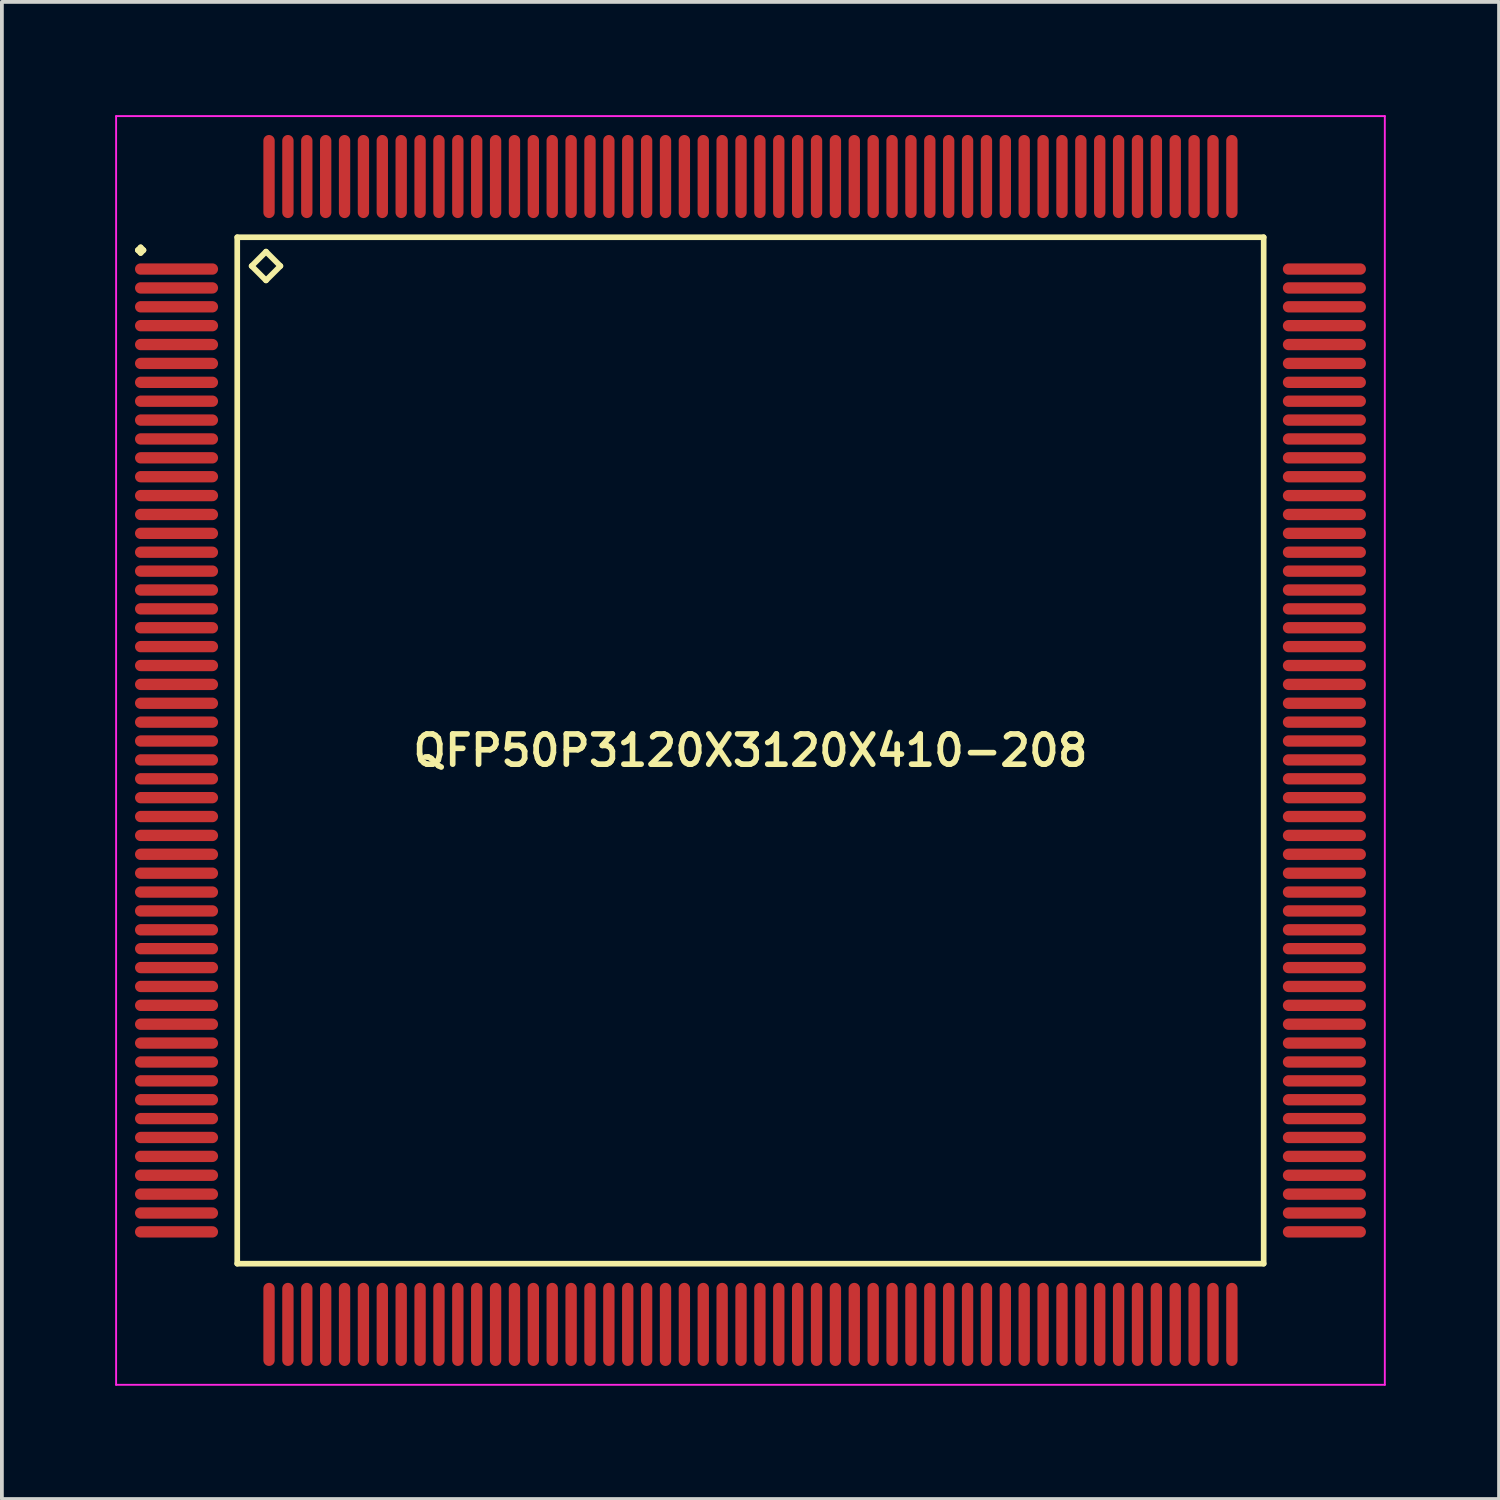
<source format=kicad_pcb>
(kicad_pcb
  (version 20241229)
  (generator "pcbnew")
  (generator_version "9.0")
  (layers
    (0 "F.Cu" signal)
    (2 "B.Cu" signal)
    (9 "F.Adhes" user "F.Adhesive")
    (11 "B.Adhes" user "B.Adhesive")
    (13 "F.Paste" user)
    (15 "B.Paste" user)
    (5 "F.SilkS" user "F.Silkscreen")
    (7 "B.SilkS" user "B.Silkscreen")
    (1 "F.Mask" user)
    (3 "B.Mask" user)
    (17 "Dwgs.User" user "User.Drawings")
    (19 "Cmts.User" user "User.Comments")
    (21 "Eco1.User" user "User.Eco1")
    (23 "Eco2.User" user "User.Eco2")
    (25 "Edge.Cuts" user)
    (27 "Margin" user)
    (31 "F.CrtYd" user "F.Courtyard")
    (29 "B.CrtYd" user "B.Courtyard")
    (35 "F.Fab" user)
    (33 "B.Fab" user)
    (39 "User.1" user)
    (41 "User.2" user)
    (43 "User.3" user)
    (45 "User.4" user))
  (footprint "QFP50P3120X3120X410-208"
    (layer "F.Cu")
    (at 16.825 16.825)
    (property "Reference" "QFP50P3120X3120X410-208" (at 0 0 0) (layer "F.SilkS") (effects (font (size 0.8 0.8) (thickness 0.15))))
    (attr smd)
    (fp_line (start -16.225 -13.25) (end -16.15 -13.325) (stroke (width 0.15) (type solid)) (layer "F.SilkS"))
    (fp_line (start -16.15 -13.325) (end -16.075 -13.25) (stroke (width 0.15) (type solid)) (layer "F.SilkS"))
    (fp_line (start -16.15 -13.175) (end -16.225 -13.25) (stroke (width 0.15) (type solid)) (layer "F.SilkS"))
    (fp_line (start -16.075 -13.25) (end -16.15 -13.175) (stroke (width 0.15) (type solid)) (layer "F.SilkS"))
    (fp_line (start -13.592 -13.592) (end -13.592 13.592) (stroke (width 0.15) (type solid)) (layer "F.SilkS"))
    (fp_line (start -13.592 13.592) (end 13.592 13.592) (stroke (width 0.15) (type solid)) (layer "F.SilkS"))
    (fp_line (start -13.211 -12.83) (end -12.83 -13.211) (stroke (width 0.15) (type solid)) (layer "F.SilkS"))
    (fp_line (start -12.83 -13.211) (end -12.449 -12.83) (stroke (width 0.15) (type solid)) (layer "F.SilkS"))
    (fp_line (start -12.83 -12.449) (end -13.211 -12.83) (stroke (width 0.15) (type solid)) (layer "F.SilkS"))
    (fp_line (start -12.449 -12.83) (end -12.83 -12.449) (stroke (width 0.15) (type solid)) (layer "F.SilkS"))
    (fp_line (start 13.592 -13.592) (end -13.592 -13.592) (stroke (width 0.15) (type solid)) (layer "F.SilkS"))
    (fp_line (start 13.592 13.592) (end 13.592 -13.592) (stroke (width 0.15) (type solid)) (layer "F.SilkS"))
    (fp_line (start -16.8 -16.8) (end 16.8 -16.8) (stroke (width 0.05) (type solid)) (layer "F.CrtYd"))
    (fp_line (start -16.8 16.8) (end -16.8 -16.8) (stroke (width 0.05) (type solid)) (layer "F.CrtYd"))
    (fp_line (start 16.8 -16.8) (end 16.8 16.8) (stroke (width 0.05) (type solid)) (layer "F.CrtYd"))
    (fp_line (start 16.8 16.8) (end -16.8 16.8) (stroke (width 0.05) (type solid)) (layer "F.CrtYd"))
    (pad "1" smd oval (at -15.2 -12.75) (size 2.2 0.3) (layers "F.Cu" "F.Mask" "F.Paste"))
    (pad "2" smd oval (at -15.2 -12.25) (size 2.2 0.3) (layers "F.Cu" "F.Mask" "F.Paste"))
    (pad "3" smd oval (at -15.2 -11.75) (size 2.2 0.3) (layers "F.Cu" "F.Mask" "F.Paste"))
    (pad "4" smd oval (at -15.2 -11.25) (size 2.2 0.3) (layers "F.Cu" "F.Mask" "F.Paste"))
    (pad "5" smd oval (at -15.2 -10.75) (size 2.2 0.3) (layers "F.Cu" "F.Mask" "F.Paste"))
    (pad "6" smd oval (at -15.2 -10.25) (size 2.2 0.3) (layers "F.Cu" "F.Mask" "F.Paste"))
    (pad "7" smd oval (at -15.2 -9.75) (size 2.2 0.3) (layers "F.Cu" "F.Mask" "F.Paste"))
    (pad "8" smd oval (at -15.2 -9.25) (size 2.2 0.3) (layers "F.Cu" "F.Mask" "F.Paste"))
    (pad "9" smd oval (at -15.2 -8.75) (size 2.2 0.3) (layers "F.Cu" "F.Mask" "F.Paste"))
    (pad "10" smd oval (at -15.2 -8.25) (size 2.2 0.3) (layers "F.Cu" "F.Mask" "F.Paste"))
    (pad "11" smd oval (at -15.2 -7.75) (size 2.2 0.3) (layers "F.Cu" "F.Mask" "F.Paste"))
    (pad "12" smd oval (at -15.2 -7.25) (size 2.2 0.3) (layers "F.Cu" "F.Mask" "F.Paste"))
    (pad "13" smd oval (at -15.2 -6.75) (size 2.2 0.3) (layers "F.Cu" "F.Mask" "F.Paste"))
    (pad "14" smd oval (at -15.2 -6.25) (size 2.2 0.3) (layers "F.Cu" "F.Mask" "F.Paste"))
    (pad "15" smd oval (at -15.2 -5.75) (size 2.2 0.3) (layers "F.Cu" "F.Mask" "F.Paste"))
    (pad "16" smd oval (at -15.2 -5.25) (size 2.2 0.3) (layers "F.Cu" "F.Mask" "F.Paste"))
    (pad "17" smd oval (at -15.2 -4.75) (size 2.2 0.3) (layers "F.Cu" "F.Mask" "F.Paste"))
    (pad "18" smd oval (at -15.2 -4.25) (size 2.2 0.3) (layers "F.Cu" "F.Mask" "F.Paste"))
    (pad "19" smd oval (at -15.2 -3.75) (size 2.2 0.3) (layers "F.Cu" "F.Mask" "F.Paste"))
    (pad "20" smd oval (at -15.2 -3.25) (size 2.2 0.3) (layers "F.Cu" "F.Mask" "F.Paste"))
    (pad "21" smd oval (at -15.2 -2.75) (size 2.2 0.3) (layers "F.Cu" "F.Mask" "F.Paste"))
    (pad "22" smd oval (at -15.2 -2.25) (size 2.2 0.3) (layers "F.Cu" "F.Mask" "F.Paste"))
    (pad "23" smd oval (at -15.2 -1.75) (size 2.2 0.3) (layers "F.Cu" "F.Mask" "F.Paste"))
    (pad "24" smd oval (at -15.2 -1.25) (size 2.2 0.3) (layers "F.Cu" "F.Mask" "F.Paste"))
    (pad "25" smd oval (at -15.2 -0.75) (size 2.2 0.3) (layers "F.Cu" "F.Mask" "F.Paste"))
    (pad "26" smd oval (at -15.2 -0.25) (size 2.2 0.3) (layers "F.Cu" "F.Mask" "F.Paste"))
    (pad "27" smd oval (at -15.2 0.25) (size 2.2 0.3) (layers "F.Cu" "F.Mask" "F.Paste"))
    (pad "28" smd oval (at -15.2 0.75) (size 2.2 0.3) (layers "F.Cu" "F.Mask" "F.Paste"))
    (pad "29" smd oval (at -15.2 1.25) (size 2.2 0.3) (layers "F.Cu" "F.Mask" "F.Paste"))
    (pad "30" smd oval (at -15.2 1.75) (size 2.2 0.3) (layers "F.Cu" "F.Mask" "F.Paste"))
    (pad "31" smd oval (at -15.2 2.25) (size 2.2 0.3) (layers "F.Cu" "F.Mask" "F.Paste"))
    (pad "32" smd oval (at -15.2 2.75) (size 2.2 0.3) (layers "F.Cu" "F.Mask" "F.Paste"))
    (pad "33" smd oval (at -15.2 3.25) (size 2.2 0.3) (layers "F.Cu" "F.Mask" "F.Paste"))
    (pad "34" smd oval (at -15.2 3.75) (size 2.2 0.3) (layers "F.Cu" "F.Mask" "F.Paste"))
    (pad "35" smd oval (at -15.2 4.25) (size 2.2 0.3) (layers "F.Cu" "F.Mask" "F.Paste"))
    (pad "36" smd oval (at -15.2 4.75) (size 2.2 0.3) (layers "F.Cu" "F.Mask" "F.Paste"))
    (pad "37" smd oval (at -15.2 5.25) (size 2.2 0.3) (layers "F.Cu" "F.Mask" "F.Paste"))
    (pad "38" smd oval (at -15.2 5.75) (size 2.2 0.3) (layers "F.Cu" "F.Mask" "F.Paste"))
    (pad "39" smd oval (at -15.2 6.25) (size 2.2 0.3) (layers "F.Cu" "F.Mask" "F.Paste"))
    (pad "40" smd oval (at -15.2 6.75) (size 2.2 0.3) (layers "F.Cu" "F.Mask" "F.Paste"))
    (pad "41" smd oval (at -15.2 7.25) (size 2.2 0.3) (layers "F.Cu" "F.Mask" "F.Paste"))
    (pad "42" smd oval (at -15.2 7.75) (size 2.2 0.3) (layers "F.Cu" "F.Mask" "F.Paste"))
    (pad "43" smd oval (at -15.2 8.25) (size 2.2 0.3) (layers "F.Cu" "F.Mask" "F.Paste"))
    (pad "44" smd oval (at -15.2 8.75) (size 2.2 0.3) (layers "F.Cu" "F.Mask" "F.Paste"))
    (pad "45" smd oval (at -15.2 9.25) (size 2.2 0.3) (layers "F.Cu" "F.Mask" "F.Paste"))
    (pad "46" smd oval (at -15.2 9.75) (size 2.2 0.3) (layers "F.Cu" "F.Mask" "F.Paste"))
    (pad "47" smd oval (at -15.2 10.25) (size 2.2 0.3) (layers "F.Cu" "F.Mask" "F.Paste"))
    (pad "48" smd oval (at -15.2 10.75) (size 2.2 0.3) (layers "F.Cu" "F.Mask" "F.Paste"))
    (pad "49" smd oval (at -15.2 11.25) (size 2.2 0.3) (layers "F.Cu" "F.Mask" "F.Paste"))
    (pad "50" smd oval (at -15.2 11.75) (size 2.2 0.3) (layers "F.Cu" "F.Mask" "F.Paste"))
    (pad "51" smd oval (at -15.2 12.25) (size 2.2 0.3) (layers "F.Cu" "F.Mask" "F.Paste"))
    (pad "52" smd oval (at -15.2 12.75) (size 2.2 0.3) (layers "F.Cu" "F.Mask" "F.Paste"))
    (pad "53" smd oval (at -12.75 15.2) (size 0.3 2.2) (layers "F.Cu" "F.Mask" "F.Paste"))
    (pad "54" smd oval (at -12.25 15.2) (size 0.3 2.2) (layers "F.Cu" "F.Mask" "F.Paste"))
    (pad "55" smd oval (at -11.75 15.2) (size 0.3 2.2) (layers "F.Cu" "F.Mask" "F.Paste"))
    (pad "56" smd oval (at -11.25 15.2) (size 0.3 2.2) (layers "F.Cu" "F.Mask" "F.Paste"))
    (pad "57" smd oval (at -10.75 15.2) (size 0.3 2.2) (layers "F.Cu" "F.Mask" "F.Paste"))
    (pad "58" smd oval (at -10.25 15.2) (size 0.3 2.2) (layers "F.Cu" "F.Mask" "F.Paste"))
    (pad "59" smd oval (at -9.75 15.2) (size 0.3 2.2) (layers "F.Cu" "F.Mask" "F.Paste"))
    (pad "60" smd oval (at -9.25 15.2) (size 0.3 2.2) (layers "F.Cu" "F.Mask" "F.Paste"))
    (pad "61" smd oval (at -8.75 15.2) (size 0.3 2.2) (layers "F.Cu" "F.Mask" "F.Paste"))
    (pad "62" smd oval (at -8.25 15.2) (size 0.3 2.2) (layers "F.Cu" "F.Mask" "F.Paste"))
    (pad "63" smd oval (at -7.75 15.2) (size 0.3 2.2) (layers "F.Cu" "F.Mask" "F.Paste"))
    (pad "64" smd oval (at -7.25 15.2) (size 0.3 2.2) (layers "F.Cu" "F.Mask" "F.Paste"))
    (pad "65" smd oval (at -6.75 15.2) (size 0.3 2.2) (layers "F.Cu" "F.Mask" "F.Paste"))
    (pad "66" smd oval (at -6.25 15.2) (size 0.3 2.2) (layers "F.Cu" "F.Mask" "F.Paste"))
    (pad "67" smd oval (at -5.75 15.2) (size 0.3 2.2) (layers "F.Cu" "F.Mask" "F.Paste"))
    (pad "68" smd oval (at -5.25 15.2) (size 0.3 2.2) (layers "F.Cu" "F.Mask" "F.Paste"))
    (pad "69" smd oval (at -4.75 15.2) (size 0.3 2.2) (layers "F.Cu" "F.Mask" "F.Paste"))
    (pad "70" smd oval (at -4.25 15.2) (size 0.3 2.2) (layers "F.Cu" "F.Mask" "F.Paste"))
    (pad "71" smd oval (at -3.75 15.2) (size 0.3 2.2) (layers "F.Cu" "F.Mask" "F.Paste"))
    (pad "72" smd oval (at -3.25 15.2) (size 0.3 2.2) (layers "F.Cu" "F.Mask" "F.Paste"))
    (pad "73" smd oval (at -2.75 15.2) (size 0.3 2.2) (layers "F.Cu" "F.Mask" "F.Paste"))
    (pad "74" smd oval (at -2.25 15.2) (size 0.3 2.2) (layers "F.Cu" "F.Mask" "F.Paste"))
    (pad "75" smd oval (at -1.75 15.2) (size 0.3 2.2) (layers "F.Cu" "F.Mask" "F.Paste"))
    (pad "76" smd oval (at -1.25 15.2) (size 0.3 2.2) (layers "F.Cu" "F.Mask" "F.Paste"))
    (pad "77" smd oval (at -0.75 15.2) (size 0.3 2.2) (layers "F.Cu" "F.Mask" "F.Paste"))
    (pad "78" smd oval (at -0.25 15.2) (size 0.3 2.2) (layers "F.Cu" "F.Mask" "F.Paste"))
    (pad "79" smd oval (at 0.25 15.2) (size 0.3 2.2) (layers "F.Cu" "F.Mask" "F.Paste"))
    (pad "80" smd oval (at 0.75 15.2) (size 0.3 2.2) (layers "F.Cu" "F.Mask" "F.Paste"))
    (pad "81" smd oval (at 1.25 15.2) (size 0.3 2.2) (layers "F.Cu" "F.Mask" "F.Paste"))
    (pad "82" smd oval (at 1.75 15.2) (size 0.3 2.2) (layers "F.Cu" "F.Mask" "F.Paste"))
    (pad "83" smd oval (at 2.25 15.2) (size 0.3 2.2) (layers "F.Cu" "F.Mask" "F.Paste"))
    (pad "84" smd oval (at 2.75 15.2) (size 0.3 2.2) (layers "F.Cu" "F.Mask" "F.Paste"))
    (pad "85" smd oval (at 3.25 15.2) (size 0.3 2.2) (layers "F.Cu" "F.Mask" "F.Paste"))
    (pad "86" smd oval (at 3.75 15.2) (size 0.3 2.2) (layers "F.Cu" "F.Mask" "F.Paste"))
    (pad "87" smd oval (at 4.25 15.2) (size 0.3 2.2) (layers "F.Cu" "F.Mask" "F.Paste"))
    (pad "88" smd oval (at 4.75 15.2) (size 0.3 2.2) (layers "F.Cu" "F.Mask" "F.Paste"))
    (pad "89" smd oval (at 5.25 15.2) (size 0.3 2.2) (layers "F.Cu" "F.Mask" "F.Paste"))
    (pad "90" smd oval (at 5.75 15.2) (size 0.3 2.2) (layers "F.Cu" "F.Mask" "F.Paste"))
    (pad "91" smd oval (at 6.25 15.2) (size 0.3 2.2) (layers "F.Cu" "F.Mask" "F.Paste"))
    (pad "92" smd oval (at 6.75 15.2) (size 0.3 2.2) (layers "F.Cu" "F.Mask" "F.Paste"))
    (pad "93" smd oval (at 7.25 15.2) (size 0.3 2.2) (layers "F.Cu" "F.Mask" "F.Paste"))
    (pad "94" smd oval (at 7.75 15.2) (size 0.3 2.2) (layers "F.Cu" "F.Mask" "F.Paste"))
    (pad "95" smd oval (at 8.25 15.2) (size 0.3 2.2) (layers "F.Cu" "F.Mask" "F.Paste"))
    (pad "96" smd oval (at 8.75 15.2) (size 0.3 2.2) (layers "F.Cu" "F.Mask" "F.Paste"))
    (pad "97" smd oval (at 9.25 15.2) (size 0.3 2.2) (layers "F.Cu" "F.Mask" "F.Paste"))
    (pad "98" smd oval (at 9.75 15.2) (size 0.3 2.2) (layers "F.Cu" "F.Mask" "F.Paste"))
    (pad "99" smd oval (at 10.25 15.2) (size 0.3 2.2) (layers "F.Cu" "F.Mask" "F.Paste"))
    (pad "100" smd oval (at 10.75 15.2) (size 0.3 2.2) (layers "F.Cu" "F.Mask" "F.Paste"))
    (pad "101" smd oval (at 11.25 15.2) (size 0.3 2.2) (layers "F.Cu" "F.Mask" "F.Paste"))
    (pad "102" smd oval (at 11.75 15.2) (size 0.3 2.2) (layers "F.Cu" "F.Mask" "F.Paste"))
    (pad "103" smd oval (at 12.25 15.2) (size 0.3 2.2) (layers "F.Cu" "F.Mask" "F.Paste"))
    (pad "104" smd oval (at 12.75 15.2) (size 0.3 2.2) (layers "F.Cu" "F.Mask" "F.Paste"))
    (pad "105" smd oval (at 15.2 12.75) (size 2.2 0.3) (layers "F.Cu" "F.Mask" "F.Paste"))
    (pad "106" smd oval (at 15.2 12.25) (size 2.2 0.3) (layers "F.Cu" "F.Mask" "F.Paste"))
    (pad "107" smd oval (at 15.2 11.75) (size 2.2 0.3) (layers "F.Cu" "F.Mask" "F.Paste"))
    (pad "108" smd oval (at 15.2 11.25) (size 2.2 0.3) (layers "F.Cu" "F.Mask" "F.Paste"))
    (pad "109" smd oval (at 15.2 10.75) (size 2.2 0.3) (layers "F.Cu" "F.Mask" "F.Paste"))
    (pad "110" smd oval (at 15.2 10.25) (size 2.2 0.3) (layers "F.Cu" "F.Mask" "F.Paste"))
    (pad "111" smd oval (at 15.2 9.75) (size 2.2 0.3) (layers "F.Cu" "F.Mask" "F.Paste"))
    (pad "112" smd oval (at 15.2 9.25) (size 2.2 0.3) (layers "F.Cu" "F.Mask" "F.Paste"))
    (pad "113" smd oval (at 15.2 8.75) (size 2.2 0.3) (layers "F.Cu" "F.Mask" "F.Paste"))
    (pad "114" smd oval (at 15.2 8.25) (size 2.2 0.3) (layers "F.Cu" "F.Mask" "F.Paste"))
    (pad "115" smd oval (at 15.2 7.75) (size 2.2 0.3) (layers "F.Cu" "F.Mask" "F.Paste"))
    (pad "116" smd oval (at 15.2 7.25) (size 2.2 0.3) (layers "F.Cu" "F.Mask" "F.Paste"))
    (pad "117" smd oval (at 15.2 6.75) (size 2.2 0.3) (layers "F.Cu" "F.Mask" "F.Paste"))
    (pad "118" smd oval (at 15.2 6.25) (size 2.2 0.3) (layers "F.Cu" "F.Mask" "F.Paste"))
    (pad "119" smd oval (at 15.2 5.75) (size 2.2 0.3) (layers "F.Cu" "F.Mask" "F.Paste"))
    (pad "120" smd oval (at 15.2 5.25) (size 2.2 0.3) (layers "F.Cu" "F.Mask" "F.Paste"))
    (pad "121" smd oval (at 15.2 4.75) (size 2.2 0.3) (layers "F.Cu" "F.Mask" "F.Paste"))
    (pad "122" smd oval (at 15.2 4.25) (size 2.2 0.3) (layers "F.Cu" "F.Mask" "F.Paste"))
    (pad "123" smd oval (at 15.2 3.75) (size 2.2 0.3) (layers "F.Cu" "F.Mask" "F.Paste"))
    (pad "124" smd oval (at 15.2 3.25) (size 2.2 0.3) (layers "F.Cu" "F.Mask" "F.Paste"))
    (pad "125" smd oval (at 15.2 2.75) (size 2.2 0.3) (layers "F.Cu" "F.Mask" "F.Paste"))
    (pad "126" smd oval (at 15.2 2.25) (size 2.2 0.3) (layers "F.Cu" "F.Mask" "F.Paste"))
    (pad "127" smd oval (at 15.2 1.75) (size 2.2 0.3) (layers "F.Cu" "F.Mask" "F.Paste"))
    (pad "128" smd oval (at 15.2 1.25) (size 2.2 0.3) (layers "F.Cu" "F.Mask" "F.Paste"))
    (pad "129" smd oval (at 15.2 0.75) (size 2.2 0.3) (layers "F.Cu" "F.Mask" "F.Paste"))
    (pad "130" smd oval (at 15.2 0.25) (size 2.2 0.3) (layers "F.Cu" "F.Mask" "F.Paste"))
    (pad "131" smd oval (at 15.2 -0.25) (size 2.2 0.3) (layers "F.Cu" "F.Mask" "F.Paste"))
    (pad "132" smd oval (at 15.2 -0.75) (size 2.2 0.3) (layers "F.Cu" "F.Mask" "F.Paste"))
    (pad "133" smd oval (at 15.2 -1.25) (size 2.2 0.3) (layers "F.Cu" "F.Mask" "F.Paste"))
    (pad "134" smd oval (at 15.2 -1.75) (size 2.2 0.3) (layers "F.Cu" "F.Mask" "F.Paste"))
    (pad "135" smd oval (at 15.2 -2.25) (size 2.2 0.3) (layers "F.Cu" "F.Mask" "F.Paste"))
    (pad "136" smd oval (at 15.2 -2.75) (size 2.2 0.3) (layers "F.Cu" "F.Mask" "F.Paste"))
    (pad "137" smd oval (at 15.2 -3.25) (size 2.2 0.3) (layers "F.Cu" "F.Mask" "F.Paste"))
    (pad "138" smd oval (at 15.2 -3.75) (size 2.2 0.3) (layers "F.Cu" "F.Mask" "F.Paste"))
    (pad "139" smd oval (at 15.2 -4.25) (size 2.2 0.3) (layers "F.Cu" "F.Mask" "F.Paste"))
    (pad "140" smd oval (at 15.2 -4.75) (size 2.2 0.3) (layers "F.Cu" "F.Mask" "F.Paste"))
    (pad "141" smd oval (at 15.2 -5.25) (size 2.2 0.3) (layers "F.Cu" "F.Mask" "F.Paste"))
    (pad "142" smd oval (at 15.2 -5.75) (size 2.2 0.3) (layers "F.Cu" "F.Mask" "F.Paste"))
    (pad "143" smd oval (at 15.2 -6.25) (size 2.2 0.3) (layers "F.Cu" "F.Mask" "F.Paste"))
    (pad "144" smd oval (at 15.2 -6.75) (size 2.2 0.3) (layers "F.Cu" "F.Mask" "F.Paste"))
    (pad "145" smd oval (at 15.2 -7.25) (size 2.2 0.3) (layers "F.Cu" "F.Mask" "F.Paste"))
    (pad "146" smd oval (at 15.2 -7.75) (size 2.2 0.3) (layers "F.Cu" "F.Mask" "F.Paste"))
    (pad "147" smd oval (at 15.2 -8.25) (size 2.2 0.3) (layers "F.Cu" "F.Mask" "F.Paste"))
    (pad "148" smd oval (at 15.2 -8.75) (size 2.2 0.3) (layers "F.Cu" "F.Mask" "F.Paste"))
    (pad "149" smd oval (at 15.2 -9.25) (size 2.2 0.3) (layers "F.Cu" "F.Mask" "F.Paste"))
    (pad "150" smd oval (at 15.2 -9.75) (size 2.2 0.3) (layers "F.Cu" "F.Mask" "F.Paste"))
    (pad "151" smd oval (at 15.2 -10.25) (size 2.2 0.3) (layers "F.Cu" "F.Mask" "F.Paste"))
    (pad "152" smd oval (at 15.2 -10.75) (size 2.2 0.3) (layers "F.Cu" "F.Mask" "F.Paste"))
    (pad "153" smd oval (at 15.2 -11.25) (size 2.2 0.3) (layers "F.Cu" "F.Mask" "F.Paste"))
    (pad "154" smd oval (at 15.2 -11.75) (size 2.2 0.3) (layers "F.Cu" "F.Mask" "F.Paste"))
    (pad "155" smd oval (at 15.2 -12.25) (size 2.2 0.3) (layers "F.Cu" "F.Mask" "F.Paste"))
    (pad "156" smd oval (at 15.2 -12.75) (size 2.2 0.3) (layers "F.Cu" "F.Mask" "F.Paste"))
    (pad "157" smd oval (at 12.75 -15.2) (size 0.3 2.2) (layers "F.Cu" "F.Mask" "F.Paste"))
    (pad "158" smd oval (at 12.25 -15.2) (size 0.3 2.2) (layers "F.Cu" "F.Mask" "F.Paste"))
    (pad "159" smd oval (at 11.75 -15.2) (size 0.3 2.2) (layers "F.Cu" "F.Mask" "F.Paste"))
    (pad "160" smd oval (at 11.25 -15.2) (size 0.3 2.2) (layers "F.Cu" "F.Mask" "F.Paste"))
    (pad "161" smd oval (at 10.75 -15.2) (size 0.3 2.2) (layers "F.Cu" "F.Mask" "F.Paste"))
    (pad "162" smd oval (at 10.25 -15.2) (size 0.3 2.2) (layers "F.Cu" "F.Mask" "F.Paste"))
    (pad "163" smd oval (at 9.75 -15.2) (size 0.3 2.2) (layers "F.Cu" "F.Mask" "F.Paste"))
    (pad "164" smd oval (at 9.25 -15.2) (size 0.3 2.2) (layers "F.Cu" "F.Mask" "F.Paste"))
    (pad "165" smd oval (at 8.75 -15.2) (size 0.3 2.2) (layers "F.Cu" "F.Mask" "F.Paste"))
    (pad "166" smd oval (at 8.25 -15.2) (size 0.3 2.2) (layers "F.Cu" "F.Mask" "F.Paste"))
    (pad "167" smd oval (at 7.75 -15.2) (size 0.3 2.2) (layers "F.Cu" "F.Mask" "F.Paste"))
    (pad "168" smd oval (at 7.25 -15.2) (size 0.3 2.2) (layers "F.Cu" "F.Mask" "F.Paste"))
    (pad "169" smd oval (at 6.75 -15.2) (size 0.3 2.2) (layers "F.Cu" "F.Mask" "F.Paste"))
    (pad "170" smd oval (at 6.25 -15.2) (size 0.3 2.2) (layers "F.Cu" "F.Mask" "F.Paste"))
    (pad "171" smd oval (at 5.75 -15.2) (size 0.3 2.2) (layers "F.Cu" "F.Mask" "F.Paste"))
    (pad "172" smd oval (at 5.25 -15.2) (size 0.3 2.2) (layers "F.Cu" "F.Mask" "F.Paste"))
    (pad "173" smd oval (at 4.75 -15.2) (size 0.3 2.2) (layers "F.Cu" "F.Mask" "F.Paste"))
    (pad "174" smd oval (at 4.25 -15.2) (size 0.3 2.2) (layers "F.Cu" "F.Mask" "F.Paste"))
    (pad "175" smd oval (at 3.75 -15.2) (size 0.3 2.2) (layers "F.Cu" "F.Mask" "F.Paste"))
    (pad "176" smd oval (at 3.25 -15.2) (size 0.3 2.2) (layers "F.Cu" "F.Mask" "F.Paste"))
    (pad "177" smd oval (at 2.75 -15.2) (size 0.3 2.2) (layers "F.Cu" "F.Mask" "F.Paste"))
    (pad "178" smd oval (at 2.25 -15.2) (size 0.3 2.2) (layers "F.Cu" "F.Mask" "F.Paste"))
    (pad "179" smd oval (at 1.75 -15.2) (size 0.3 2.2) (layers "F.Cu" "F.Mask" "F.Paste"))
    (pad "180" smd oval (at 1.25 -15.2) (size 0.3 2.2) (layers "F.Cu" "F.Mask" "F.Paste"))
    (pad "181" smd oval (at 0.75 -15.2) (size 0.3 2.2) (layers "F.Cu" "F.Mask" "F.Paste"))
    (pad "182" smd oval (at 0.25 -15.2) (size 0.3 2.2) (layers "F.Cu" "F.Mask" "F.Paste"))
    (pad "183" smd oval (at -0.25 -15.2) (size 0.3 2.2) (layers "F.Cu" "F.Mask" "F.Paste"))
    (pad "184" smd oval (at -0.75 -15.2) (size 0.3 2.2) (layers "F.Cu" "F.Mask" "F.Paste"))
    (pad "185" smd oval (at -1.25 -15.2) (size 0.3 2.2) (layers "F.Cu" "F.Mask" "F.Paste"))
    (pad "186" smd oval (at -1.75 -15.2) (size 0.3 2.2) (layers "F.Cu" "F.Mask" "F.Paste"))
    (pad "187" smd oval (at -2.25 -15.2) (size 0.3 2.2) (layers "F.Cu" "F.Mask" "F.Paste"))
    (pad "188" smd oval (at -2.75 -15.2) (size 0.3 2.2) (layers "F.Cu" "F.Mask" "F.Paste"))
    (pad "189" smd oval (at -3.25 -15.2) (size 0.3 2.2) (layers "F.Cu" "F.Mask" "F.Paste"))
    (pad "190" smd oval (at -3.75 -15.2) (size 0.3 2.2) (layers "F.Cu" "F.Mask" "F.Paste"))
    (pad "191" smd oval (at -4.25 -15.2) (size 0.3 2.2) (layers "F.Cu" "F.Mask" "F.Paste"))
    (pad "192" smd oval (at -4.75 -15.2) (size 0.3 2.2) (layers "F.Cu" "F.Mask" "F.Paste"))
    (pad "193" smd oval (at -5.25 -15.2) (size 0.3 2.2) (layers "F.Cu" "F.Mask" "F.Paste"))
    (pad "194" smd oval (at -5.75 -15.2) (size 0.3 2.2) (layers "F.Cu" "F.Mask" "F.Paste"))
    (pad "195" smd oval (at -6.25 -15.2) (size 0.3 2.2) (layers "F.Cu" "F.Mask" "F.Paste"))
    (pad "196" smd oval (at -6.75 -15.2) (size 0.3 2.2) (layers "F.Cu" "F.Mask" "F.Paste"))
    (pad "197" smd oval (at -7.25 -15.2) (size 0.3 2.2) (layers "F.Cu" "F.Mask" "F.Paste"))
    (pad "198" smd oval (at -7.75 -15.2) (size 0.3 2.2) (layers "F.Cu" "F.Mask" "F.Paste"))
    (pad "199" smd oval (at -8.25 -15.2) (size 0.3 2.2) (layers "F.Cu" "F.Mask" "F.Paste"))
    (pad "200" smd oval (at -8.75 -15.2) (size 0.3 2.2) (layers "F.Cu" "F.Mask" "F.Paste"))
    (pad "201" smd oval (at -9.25 -15.2) (size 0.3 2.2) (layers "F.Cu" "F.Mask" "F.Paste"))
    (pad "202" smd oval (at -9.75 -15.2) (size 0.3 2.2) (layers "F.Cu" "F.Mask" "F.Paste"))
    (pad "203" smd oval (at -10.25 -15.2) (size 0.3 2.2) (layers "F.Cu" "F.Mask" "F.Paste"))
    (pad "204" smd oval (at -10.75 -15.2) (size 0.3 2.2) (layers "F.Cu" "F.Mask" "F.Paste"))
    (pad "205" smd oval (at -11.25 -15.2) (size 0.3 2.2) (layers "F.Cu" "F.Mask" "F.Paste"))
    (pad "206" smd oval (at -11.75 -15.2) (size 0.3 2.2) (layers "F.Cu" "F.Mask" "F.Paste"))
    (pad "207" smd oval (at -12.25 -15.2) (size 0.3 2.2) (layers "F.Cu" "F.Mask" "F.Paste"))
    (pad "208" smd oval (at -12.75 -15.2) (size 0.3 2.2) (layers "F.Cu" "F.Mask" "F.Paste")))
  (gr_rect
    (start -3 -3)
    (end 36.65 36.65)
    (stroke (width 0.1) (type default))
    (fill no)
    (layer "Edge.Cuts")))
</source>
